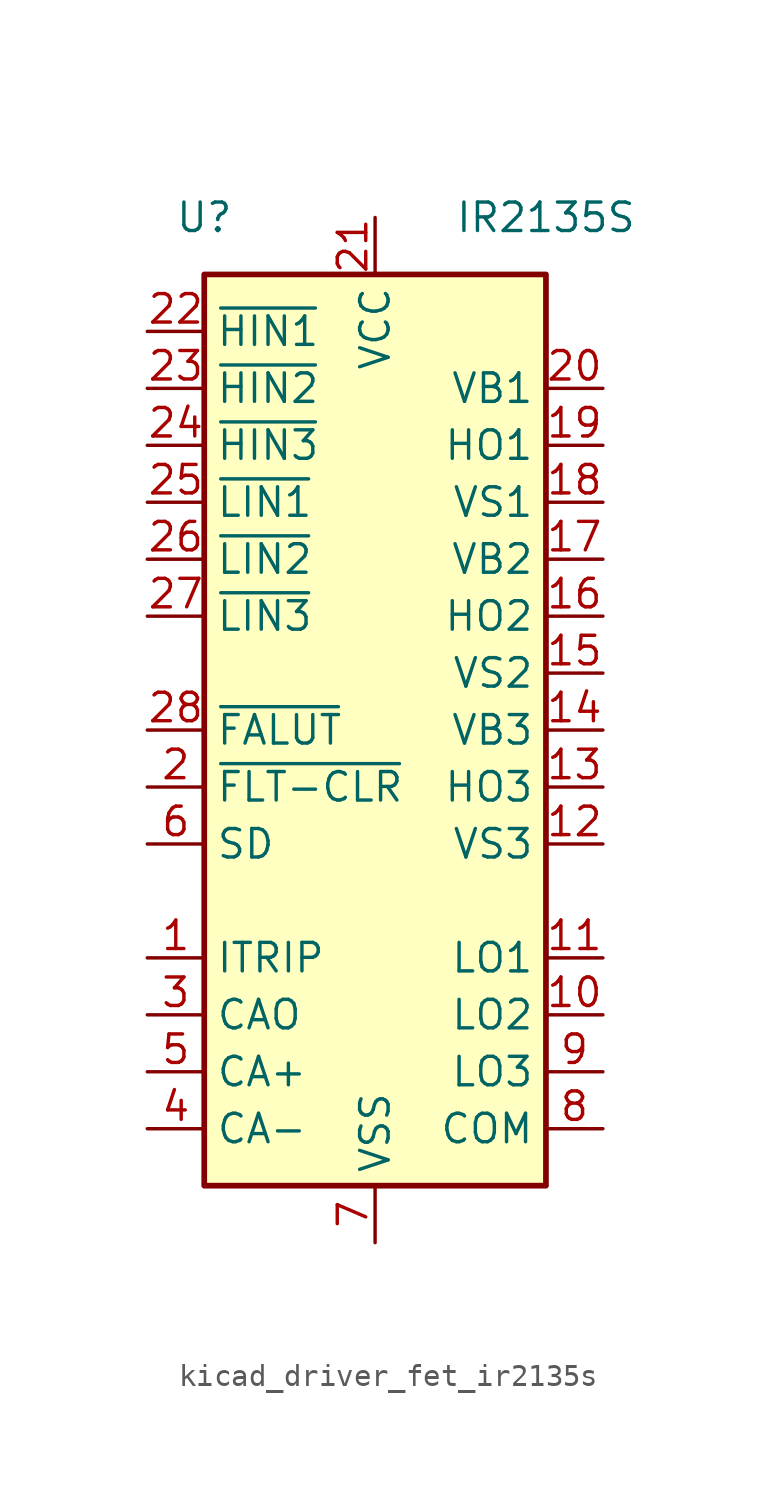
<source format=kicad_sym>
(kicad_symbol_lib
  (version 20220914)
  (generator kicad_symbol_editor)
  (symbol "kicad_driver_fet_ir2135s"
    (property "Reference" "U"
      (at -7.62 22.86 0)
      (effects (font (size 1.27 1.27))))
    (property "Value" "IR2135S"
      (at 7.62 22.86 0)
      (effects (font (size 1.27 1.27))))
    (symbol "kicad_driver_fet_ir2135s_1_1"
      (rectangle (start -7.62 -20.32) (end 7.62 20.32) (stroke (width 0.254) (type default)) (fill (type background)))
      (pin input line (at -10.16 -10.16 0) (length 2.54) (name "ITRIP" (effects (font (size 1.27 1.27)))) (number "1" (effects (font (size 1.27 1.27)))))
      (pin output line (at 10.16 -12.7 180) (length 2.54) (name "LO2" (effects (font (size 1.27 1.27)))) (number "10" (effects (font (size 1.27 1.27)))))
      (pin output line (at 10.16 -10.16 180) (length 2.54) (name "LO1" (effects (font (size 1.27 1.27)))) (number "11" (effects (font (size 1.27 1.27)))))
      (pin passive line (at 10.16 -5.08 180) (length 2.54) (name "VS3" (effects (font (size 1.27 1.27)))) (number "12" (effects (font (size 1.27 1.27)))))
      (pin output line (at 10.16 -2.54 180) (length 2.54) (name "HO3" (effects (font (size 1.27 1.27)))) (number "13" (effects (font (size 1.27 1.27)))))
      (pin passive line (at 10.16 0 180) (length 2.54) (name "VB3" (effects (font (size 1.27 1.27)))) (number "14" (effects (font (size 1.27 1.27)))))
      (pin passive line (at 10.16 2.54 180) (length 2.54) (name "VS2" (effects (font (size 1.27 1.27)))) (number "15" (effects (font (size 1.27 1.27)))))
      (pin output line (at 10.16 5.08 180) (length 2.54) (name "HO2" (effects (font (size 1.27 1.27)))) (number "16" (effects (font (size 1.27 1.27)))))
      (pin passive line (at 10.16 7.62 180) (length 2.54) (name "VB2" (effects (font (size 1.27 1.27)))) (number "17" (effects (font (size 1.27 1.27)))))
      (pin passive line (at 10.16 10.16 180) (length 2.54) (name "VS1" (effects (font (size 1.27 1.27)))) (number "18" (effects (font (size 1.27 1.27)))))
      (pin output line (at 10.16 12.7 180) (length 2.54) (name "HO1" (effects (font (size 1.27 1.27)))) (number "19" (effects (font (size 1.27 1.27)))))
      (pin input line (at -10.16 -2.54 0) (length 2.54) (name "~{FLT-CLR}" (effects (font (size 1.27 1.27)))) (number "2" (effects (font (size 1.27 1.27)))))
      (pin passive line (at 10.16 15.24 180) (length 2.54) (name "VB1" (effects (font (size 1.27 1.27)))) (number "20" (effects (font (size 1.27 1.27)))))
      (pin power_in line (at 0 22.86 270) (length 2.54) (name "VCC" (effects (font (size 1.27 1.27)))) (number "21" (effects (font (size 1.27 1.27)))))
      (pin input line (at -10.16 17.78 0) (length 2.54) (name "~{HIN1}" (effects (font (size 1.27 1.27)))) (number "22" (effects (font (size 1.27 1.27)))))
      (pin input line (at -10.16 15.24 0) (length 2.54) (name "~{HIN2}" (effects (font (size 1.27 1.27)))) (number "23" (effects (font (size 1.27 1.27)))))
      (pin input line (at -10.16 12.7 0) (length 2.54) (name "~{HIN3}" (effects (font (size 1.27 1.27)))) (number "24" (effects (font (size 1.27 1.27)))))
      (pin input line (at -10.16 10.16 0) (length 2.54) (name "~{LIN1}" (effects (font (size 1.27 1.27)))) (number "25" (effects (font (size 1.27 1.27)))))
      (pin input line (at -10.16 7.62 0) (length 2.54) (name "~{LIN2}" (effects (font (size 1.27 1.27)))) (number "26" (effects (font (size 1.27 1.27)))))
      (pin input line (at -10.16 5.08 0) (length 2.54) (name "~{LIN3}" (effects (font (size 1.27 1.27)))) (number "27" (effects (font (size 1.27 1.27)))))
      (pin output line (at -10.16 0 0) (length 2.54) (name "~{FALUT}" (effects (font (size 1.27 1.27)))) (number "28" (effects (font (size 1.27 1.27)))))
      (pin output line (at -10.16 -12.7 0) (length 2.54) (name "CAO" (effects (font (size 1.27 1.27)))) (number "3" (effects (font (size 1.27 1.27)))))
      (pin input line (at -10.16 -17.78 0) (length 2.54) (name "CA-" (effects (font (size 1.27 1.27)))) (number "4" (effects (font (size 1.27 1.27)))))
      (pin input line (at -10.16 -15.24 0) (length 2.54) (name "CA+" (effects (font (size 1.27 1.27)))) (number "5" (effects (font (size 1.27 1.27)))))
      (pin input line (at -10.16 -5.08 0) (length 2.54) (name "SD" (effects (font (size 1.27 1.27)))) (number "6" (effects (font (size 1.27 1.27)))))
      (pin power_in line (at 0 -22.86 90) (length 2.54) (name "VSS" (effects (font (size 1.27 1.27)))) (number "7" (effects (font (size 1.27 1.27)))))
      (pin passive line (at 10.16 -17.78 180) (length 2.54) (name "COM" (effects (font (size 1.27 1.27)))) (number "8" (effects (font (size 1.27 1.27)))))
      (pin output line (at 10.16 -15.24 180) (length 2.54) (name "LO3" (effects (font (size 1.27 1.27)))) (number "9" (effects (font (size 1.27 1.27))))))))
</source>
